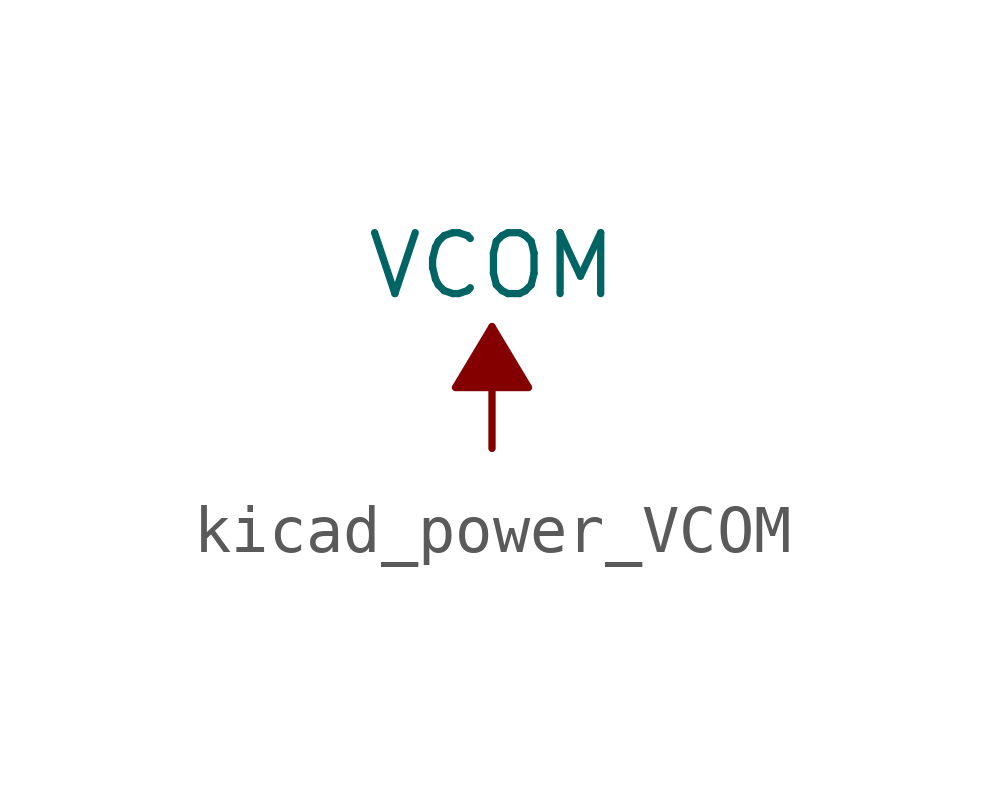
<source format=kicad_sym>
(kicad_symbol_lib
  (version 20220914)
  (generator kicad_symbol_editor)
  (symbol "kicad_power_VCOM"
    (power)
    (pin_names
      (offset 0))
    (property "Reference" "#PWR"
      (at 0 -3.81 0)
      (effects (font (size 1.27 1.27)) hide))
    (property "Value" "VCOM"
      (at 0 3.81 0)
      (effects (font (size 1.27 1.27))))
    (symbol "kicad_power_VCOM_0_1"
      (polyline (pts (xy 0 0) (xy 0 2.54)) (stroke (width 0) (type default)) (fill (type none)))
      (polyline (pts (xy 0.762 1.27) (xy -0.762 1.27) (xy 0 2.54) (xy 0.762 1.27)) (stroke (width 0) (type default)) (fill (type outline))))
    (symbol "kicad_power_VCOM_1_1"
      (pin power_in line (at 0 0 90) (length 0) hide (name "VCOM" (effects (font (size 1.27 1.27)))) (number "1" (effects (font (size 1.27 1.27))))))))
</source>
